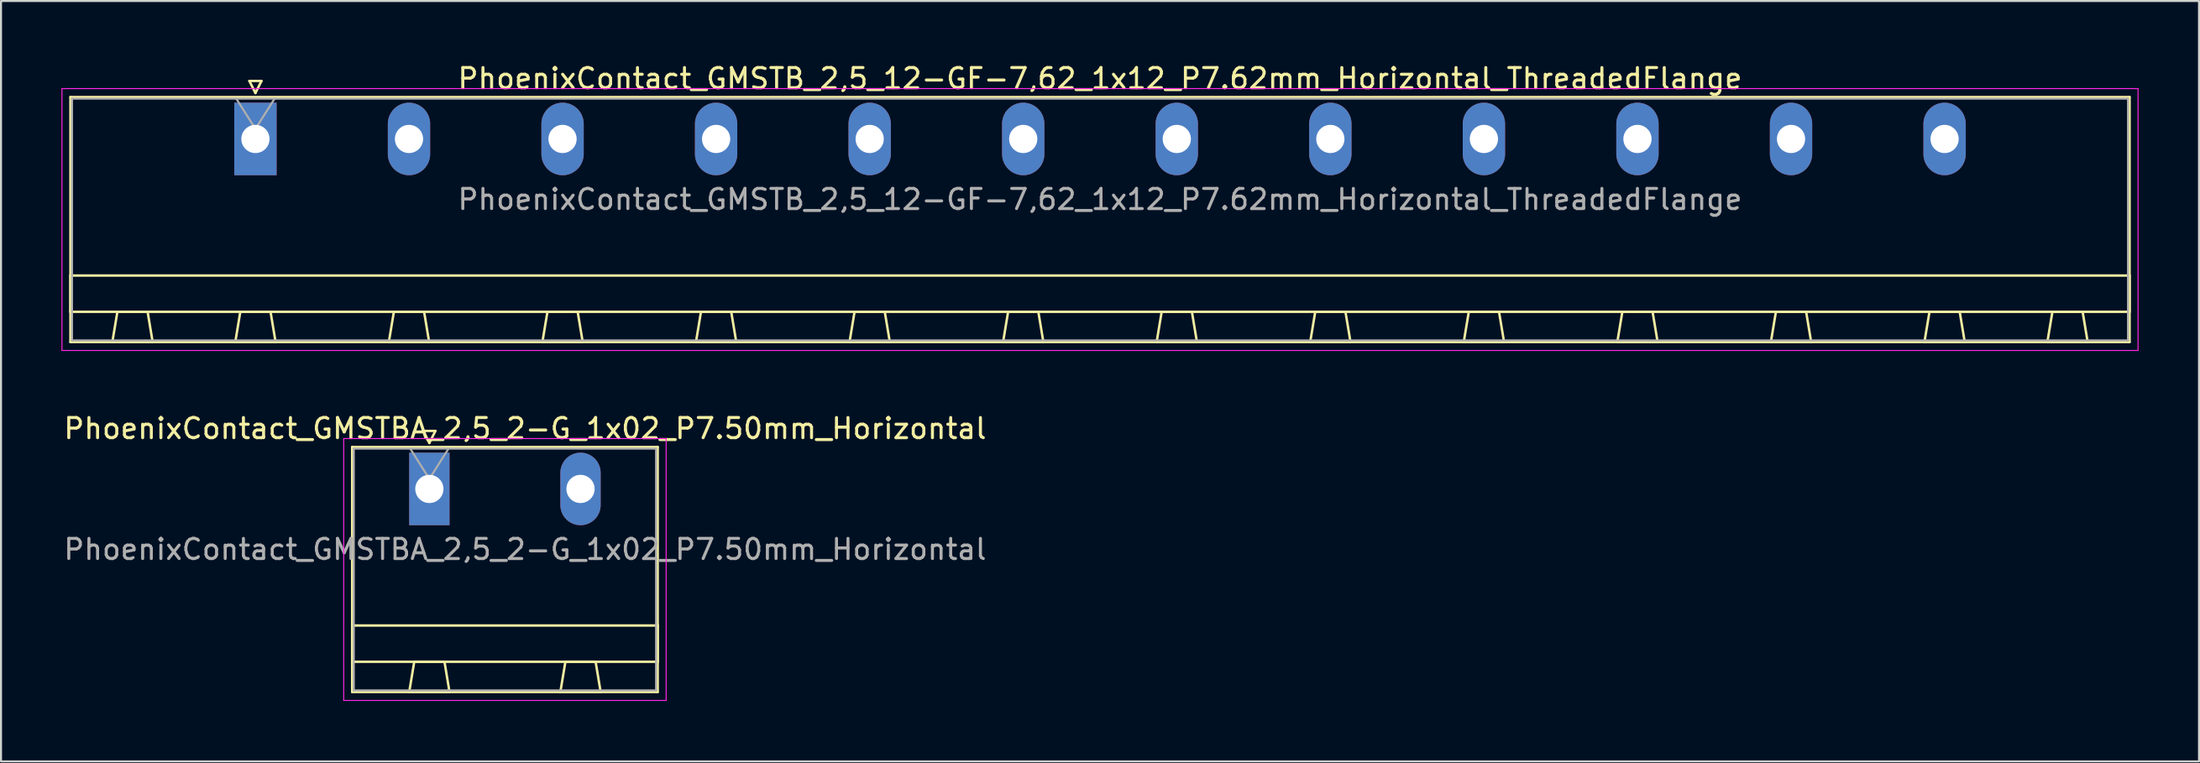
<source format=kicad_pcb>
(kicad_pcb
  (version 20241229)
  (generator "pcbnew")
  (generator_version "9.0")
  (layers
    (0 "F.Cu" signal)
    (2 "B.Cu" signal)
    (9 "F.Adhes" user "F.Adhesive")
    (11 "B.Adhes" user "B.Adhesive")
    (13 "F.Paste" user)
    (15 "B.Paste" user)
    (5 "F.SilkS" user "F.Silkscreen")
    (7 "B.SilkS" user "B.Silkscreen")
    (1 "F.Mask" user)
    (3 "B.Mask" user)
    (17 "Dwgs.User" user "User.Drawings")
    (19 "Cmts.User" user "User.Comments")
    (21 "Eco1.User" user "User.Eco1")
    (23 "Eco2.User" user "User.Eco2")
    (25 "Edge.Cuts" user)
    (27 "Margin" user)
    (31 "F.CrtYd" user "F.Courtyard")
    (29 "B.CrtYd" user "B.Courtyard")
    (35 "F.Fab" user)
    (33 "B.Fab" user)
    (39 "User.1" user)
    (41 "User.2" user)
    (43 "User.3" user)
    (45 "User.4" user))
  (footprint "PhoenixContact_GMSTB_2,5_12-GF-7,62_1x12_P7.62mm_Horizontal_ThreadedFlange"
    (layer "F.Cu")
    (at 9.625 3.848)
    (property "Reference" "PhoenixContact_GMSTB_2,5_12-GF-7,62_1x12_P7.62mm_Horizontal_ThreadedFlange" (at 41.91 -3 0) (layer "F.SilkS") (effects (font (size 1 1) (thickness 0.15))))
    (attr through_hole)
    (fp_line (start -9.18 -2.08) (end -9.18 10.08) (stroke (width 0.12) (type solid)) (layer "F.SilkS"))
    (fp_line (start -9.18 6.78) (end 93 6.78) (stroke (width 0.12) (type solid)) (layer "F.SilkS"))
    (fp_line (start -9.18 8.58) (end -9.18 6.78) (stroke (width 0.12) (type solid)) (layer "F.SilkS"))
    (fp_line (start -9.18 10.08) (end 93 10.08) (stroke (width 0.12) (type solid)) (layer "F.SilkS"))
    (fp_line (start -7.1 10.08) (end -5.1 10.08) (stroke (width 0.12) (type solid)) (layer "F.SilkS"))
    (fp_line (start -6.85 8.58) (end -7.1 10.08) (stroke (width 0.12) (type solid)) (layer "F.SilkS"))
    (fp_line (start -5.35 8.58) (end -6.85 8.58) (stroke (width 0.12) (type solid)) (layer "F.SilkS"))
    (fp_line (start -5.1 10.08) (end -5.35 8.58) (stroke (width 0.12) (type solid)) (layer "F.SilkS"))
    (fp_line (start -1 10.08) (end 1 10.08) (stroke (width 0.12) (type solid)) (layer "F.SilkS"))
    (fp_line (start -0.75 8.58) (end -1 10.08) (stroke (width 0.12) (type solid)) (layer "F.SilkS"))
    (fp_line (start -0.3 -2.88) (end 0.3 -2.88) (stroke (width 0.12) (type solid)) (layer "F.SilkS"))
    (fp_line (start 0 -2.28) (end -0.3 -2.88) (stroke (width 0.12) (type solid)) (layer "F.SilkS"))
    (fp_line (start 0.3 -2.88) (end 0 -2.28) (stroke (width 0.12) (type solid)) (layer "F.SilkS"))
    (fp_line (start 0.75 8.58) (end -0.75 8.58) (stroke (width 0.12) (type solid)) (layer "F.SilkS"))
    (fp_line (start 1 10.08) (end 0.75 8.58) (stroke (width 0.12) (type solid)) (layer "F.SilkS"))
    (fp_line (start 6.62 10.08) (end 8.62 10.08) (stroke (width 0.12) (type solid)) (layer "F.SilkS"))
    (fp_line (start 6.87 8.58) (end 6.62 10.08) (stroke (width 0.12) (type solid)) (layer "F.SilkS"))
    (fp_line (start 8.37 8.58) (end 6.87 8.58) (stroke (width 0.12) (type solid)) (layer "F.SilkS"))
    (fp_line (start 8.62 10.08) (end 8.37 8.58) (stroke (width 0.12) (type solid)) (layer "F.SilkS"))
    (fp_line (start 14.24 10.08) (end 16.24 10.08) (stroke (width 0.12) (type solid)) (layer "F.SilkS"))
    (fp_line (start 14.49 8.58) (end 14.24 10.08) (stroke (width 0.12) (type solid)) (layer "F.SilkS"))
    (fp_line (start 15.99 8.58) (end 14.49 8.58) (stroke (width 0.12) (type solid)) (layer "F.SilkS"))
    (fp_line (start 16.24 10.08) (end 15.99 8.58) (stroke (width 0.12) (type solid)) (layer "F.SilkS"))
    (fp_line (start 21.86 10.08) (end 23.86 10.08) (stroke (width 0.12) (type solid)) (layer "F.SilkS"))
    (fp_line (start 22.11 8.58) (end 21.86 10.08) (stroke (width 0.12) (type solid)) (layer "F.SilkS"))
    (fp_line (start 23.61 8.58) (end 22.11 8.58) (stroke (width 0.12) (type solid)) (layer "F.SilkS"))
    (fp_line (start 23.86 10.08) (end 23.61 8.58) (stroke (width 0.12) (type solid)) (layer "F.SilkS"))
    (fp_line (start 29.48 10.08) (end 31.48 10.08) (stroke (width 0.12) (type solid)) (layer "F.SilkS"))
    (fp_line (start 29.73 8.58) (end 29.48 10.08) (stroke (width 0.12) (type solid)) (layer "F.SilkS"))
    (fp_line (start 31.23 8.58) (end 29.73 8.58) (stroke (width 0.12) (type solid)) (layer "F.SilkS"))
    (fp_line (start 31.48 10.08) (end 31.23 8.58) (stroke (width 0.12) (type solid)) (layer "F.SilkS"))
    (fp_line (start 37.1 10.08) (end 39.1 10.08) (stroke (width 0.12) (type solid)) (layer "F.SilkS"))
    (fp_line (start 37.35 8.58) (end 37.1 10.08) (stroke (width 0.12) (type solid)) (layer "F.SilkS"))
    (fp_line (start 38.85 8.58) (end 37.35 8.58) (stroke (width 0.12) (type solid)) (layer "F.SilkS"))
    (fp_line (start 39.1 10.08) (end 38.85 8.58) (stroke (width 0.12) (type solid)) (layer "F.SilkS"))
    (fp_line (start 44.72 10.08) (end 46.72 10.08) (stroke (width 0.12) (type solid)) (layer "F.SilkS"))
    (fp_line (start 44.97 8.58) (end 44.72 10.08) (stroke (width 0.12) (type solid)) (layer "F.SilkS"))
    (fp_line (start 46.47 8.58) (end 44.97 8.58) (stroke (width 0.12) (type solid)) (layer "F.SilkS"))
    (fp_line (start 46.72 10.08) (end 46.47 8.58) (stroke (width 0.12) (type solid)) (layer "F.SilkS"))
    (fp_line (start 52.34 10.08) (end 54.34 10.08) (stroke (width 0.12) (type solid)) (layer "F.SilkS"))
    (fp_line (start 52.59 8.58) (end 52.34 10.08) (stroke (width 0.12) (type solid)) (layer "F.SilkS"))
    (fp_line (start 54.09 8.58) (end 52.59 8.58) (stroke (width 0.12) (type solid)) (layer "F.SilkS"))
    (fp_line (start 54.34 10.08) (end 54.09 8.58) (stroke (width 0.12) (type solid)) (layer "F.SilkS"))
    (fp_line (start 59.96 10.08) (end 61.96 10.08) (stroke (width 0.12) (type solid)) (layer "F.SilkS"))
    (fp_line (start 60.21 8.58) (end 59.96 10.08) (stroke (width 0.12) (type solid)) (layer "F.SilkS"))
    (fp_line (start 61.71 8.58) (end 60.21 8.58) (stroke (width 0.12) (type solid)) (layer "F.SilkS"))
    (fp_line (start 61.96 10.08) (end 61.71 8.58) (stroke (width 0.12) (type solid)) (layer "F.SilkS"))
    (fp_line (start 67.58 10.08) (end 69.58 10.08) (stroke (width 0.12) (type solid)) (layer "F.SilkS"))
    (fp_line (start 67.83 8.58) (end 67.58 10.08) (stroke (width 0.12) (type solid)) (layer "F.SilkS"))
    (fp_line (start 69.33 8.58) (end 67.83 8.58) (stroke (width 0.12) (type solid)) (layer "F.SilkS"))
    (fp_line (start 69.58 10.08) (end 69.33 8.58) (stroke (width 0.12) (type solid)) (layer "F.SilkS"))
    (fp_line (start 75.2 10.08) (end 77.2 10.08) (stroke (width 0.12) (type solid)) (layer "F.SilkS"))
    (fp_line (start 75.45 8.58) (end 75.2 10.08) (stroke (width 0.12) (type solid)) (layer "F.SilkS"))
    (fp_line (start 76.95 8.58) (end 75.45 8.58) (stroke (width 0.12) (type solid)) (layer "F.SilkS"))
    (fp_line (start 77.2 10.08) (end 76.95 8.58) (stroke (width 0.12) (type solid)) (layer "F.SilkS"))
    (fp_line (start 82.82 10.08) (end 84.82 10.08) (stroke (width 0.12) (type solid)) (layer "F.SilkS"))
    (fp_line (start 83.07 8.58) (end 82.82 10.08) (stroke (width 0.12) (type solid)) (layer "F.SilkS"))
    (fp_line (start 84.57 8.58) (end 83.07 8.58) (stroke (width 0.12) (type solid)) (layer "F.SilkS"))
    (fp_line (start 84.82 10.08) (end 84.57 8.58) (stroke (width 0.12) (type solid)) (layer "F.SilkS"))
    (fp_line (start 88.92 10.08) (end 90.92 10.08) (stroke (width 0.12) (type solid)) (layer "F.SilkS"))
    (fp_line (start 89.17 8.58) (end 88.92 10.08) (stroke (width 0.12) (type solid)) (layer "F.SilkS"))
    (fp_line (start 90.67 8.58) (end 89.17 8.58) (stroke (width 0.12) (type solid)) (layer "F.SilkS"))
    (fp_line (start 90.92 10.08) (end 90.67 8.58) (stroke (width 0.12) (type solid)) (layer "F.SilkS"))
    (fp_line (start 93 -2.08) (end -9.18 -2.08) (stroke (width 0.12) (type solid)) (layer "F.SilkS"))
    (fp_line (start 93 6.78) (end 93 8.58) (stroke (width 0.12) (type solid)) (layer "F.SilkS"))
    (fp_line (start 93 8.58) (end -9.18 8.58) (stroke (width 0.12) (type solid)) (layer "F.SilkS"))
    (fp_line (start 93 10.08) (end 93 -2.08) (stroke (width 0.12) (type solid)) (layer "F.SilkS"))
    (fp_line (start -9.6 -2.5) (end -9.6 10.5) (stroke (width 0.05) (type solid)) (layer "F.CrtYd"))
    (fp_line (start -9.6 10.5) (end 93.42 10.5) (stroke (width 0.05) (type solid)) (layer "F.CrtYd"))
    (fp_line (start 93.42 -2.5) (end -9.6 -2.5) (stroke (width 0.05) (type solid)) (layer "F.CrtYd"))
    (fp_line (start 93.42 10.5) (end 93.42 -2.5) (stroke (width 0.05) (type solid)) (layer "F.CrtYd"))
    (fp_line (start -9.1 -2) (end -9.1 10) (stroke (width 0.1) (type solid)) (layer "F.Fab"))
    (fp_line (start -9.1 10) (end 92.92 10) (stroke (width 0.1) (type solid)) (layer "F.Fab"))
    (fp_line (start 0 -0.5) (end -0.95 -2) (stroke (width 0.1) (type solid)) (layer "F.Fab"))
    (fp_line (start 0.95 -2) (end 0 -0.5) (stroke (width 0.1) (type solid)) (layer "F.Fab"))
    (fp_line (start 92.92 -2) (end -9.1 -2) (stroke (width 0.1) (type solid)) (layer "F.Fab"))
    (fp_line (start 92.92 10) (end 92.92 -2) (stroke (width 0.1) (type solid)) (layer "F.Fab"))
    (fp_text user "${REFERENCE}" (at 41.91 3 0) (layer "F.Fab") (effects (font (size 1 1) (thickness 0.15))))
    (pad "1" thru_hole rect (at 0 0) (size 2.1 3.6) (drill 1.4) (layers "*.Cu" "*.Mask"))
    (pad "2" thru_hole oval (at 7.62 0) (size 2.1 3.6) (drill 1.4) (layers "*.Cu" "*.Mask"))
    (pad "3" thru_hole oval (at 15.24 0) (size 2.1 3.6) (drill 1.4) (layers "*.Cu" "*.Mask"))
    (pad "4" thru_hole oval (at 22.86 0) (size 2.1 3.6) (drill 1.4) (layers "*.Cu" "*.Mask"))
    (pad "5" thru_hole oval (at 30.48 0) (size 2.1 3.6) (drill 1.4) (layers "*.Cu" "*.Mask"))
    (pad "6" thru_hole oval (at 38.1 0) (size 2.1 3.6) (drill 1.4) (layers "*.Cu" "*.Mask"))
    (pad "7" thru_hole oval (at 45.72 0) (size 2.1 3.6) (drill 1.4) (layers "*.Cu" "*.Mask"))
    (pad "8" thru_hole oval (at 53.34 0) (size 2.1 3.6) (drill 1.4) (layers "*.Cu" "*.Mask"))
    (pad "9" thru_hole oval (at 60.96 0) (size 2.1 3.6) (drill 1.4) (layers "*.Cu" "*.Mask"))
    (pad "10" thru_hole oval (at 68.58 0) (size 2.1 3.6) (drill 1.4) (layers "*.Cu" "*.Mask"))
    (pad "11" thru_hole oval (at 76.2 0) (size 2.1 3.6) (drill 1.4) (layers "*.Cu" "*.Mask"))
    (pad "12" thru_hole oval (at 83.82 0) (size 2.1 3.6) (drill 1.4) (layers "*.Cu" "*.Mask")))
  (footprint "PhoenixContact_GMSTBA_2,5_2-G_1x02_P7.50mm_Horizontal"
    (layer "F.Cu")
    (at 18.256 21.221)
    (property "Reference" "PhoenixContact_GMSTBA_2,5_2-G_1x02_P7.50mm_Horizontal" (at 4.75 -3 0) (layer "F.SilkS") (effects (font (size 1 1) (thickness 0.15))))
    (attr through_hole)
    (fp_line (start -3.83 -2.08) (end -3.83 10.08) (stroke (width 0.12) (type solid)) (layer "F.SilkS"))
    (fp_line (start -3.83 6.78) (end 11.33 6.78) (stroke (width 0.12) (type solid)) (layer "F.SilkS"))
    (fp_line (start -3.83 8.58) (end -3.83 6.78) (stroke (width 0.12) (type solid)) (layer "F.SilkS"))
    (fp_line (start -3.83 10.08) (end 11.33 10.08) (stroke (width 0.12) (type solid)) (layer "F.SilkS"))
    (fp_line (start -1 10.08) (end 1 10.08) (stroke (width 0.12) (type solid)) (layer "F.SilkS"))
    (fp_line (start -0.75 8.58) (end -1 10.08) (stroke (width 0.12) (type solid)) (layer "F.SilkS"))
    (fp_line (start -0.3 -2.88) (end 0.3 -2.88) (stroke (width 0.12) (type solid)) (layer "F.SilkS"))
    (fp_line (start 0 -2.28) (end -0.3 -2.88) (stroke (width 0.12) (type solid)) (layer "F.SilkS"))
    (fp_line (start 0.3 -2.88) (end 0 -2.28) (stroke (width 0.12) (type solid)) (layer "F.SilkS"))
    (fp_line (start 0.75 8.58) (end -0.75 8.58) (stroke (width 0.12) (type solid)) (layer "F.SilkS"))
    (fp_line (start 1 10.08) (end 0.75 8.58) (stroke (width 0.12) (type solid)) (layer "F.SilkS"))
    (fp_line (start 6.5 10.08) (end 8.5 10.08) (stroke (width 0.12) (type solid)) (layer "F.SilkS"))
    (fp_line (start 6.75 8.58) (end 6.5 10.08) (stroke (width 0.12) (type solid)) (layer "F.SilkS"))
    (fp_line (start 8.25 8.58) (end 6.75 8.58) (stroke (width 0.12) (type solid)) (layer "F.SilkS"))
    (fp_line (start 8.5 10.08) (end 8.25 8.58) (stroke (width 0.12) (type solid)) (layer "F.SilkS"))
    (fp_line (start 11.33 -2.08) (end -3.83 -2.08) (stroke (width 0.12) (type solid)) (layer "F.SilkS"))
    (fp_line (start 11.33 6.78) (end 11.33 8.58) (stroke (width 0.12) (type solid)) (layer "F.SilkS"))
    (fp_line (start 11.33 8.58) (end -3.83 8.58) (stroke (width 0.12) (type solid)) (layer "F.SilkS"))
    (fp_line (start 11.33 10.08) (end 11.33 -2.08) (stroke (width 0.12) (type solid)) (layer "F.SilkS"))
    (fp_line (start -4.25 -2.5) (end -4.25 10.5) (stroke (width 0.05) (type solid)) (layer "F.CrtYd"))
    (fp_line (start -4.25 10.5) (end 11.75 10.5) (stroke (width 0.05) (type solid)) (layer "F.CrtYd"))
    (fp_line (start 11.75 -2.5) (end -4.25 -2.5) (stroke (width 0.05) (type solid)) (layer "F.CrtYd"))
    (fp_line (start 11.75 10.5) (end 11.75 -2.5) (stroke (width 0.05) (type solid)) (layer "F.CrtYd"))
    (fp_line (start -3.75 -2) (end -3.75 10) (stroke (width 0.1) (type solid)) (layer "F.Fab"))
    (fp_line (start -3.75 10) (end 11.25 10) (stroke (width 0.1) (type solid)) (layer "F.Fab"))
    (fp_line (start 0 -0.5) (end -0.95 -2) (stroke (width 0.1) (type solid)) (layer "F.Fab"))
    (fp_line (start 0.95 -2) (end 0 -0.5) (stroke (width 0.1) (type solid)) (layer "F.Fab"))
    (fp_line (start 11.25 -2) (end -3.75 -2) (stroke (width 0.1) (type solid)) (layer "F.Fab"))
    (fp_line (start 11.25 10) (end 11.25 -2) (stroke (width 0.1) (type solid)) (layer "F.Fab"))
    (fp_text user "${REFERENCE}" (at 4.75 3 0) (layer "F.Fab") (effects (font (size 1 1) (thickness 0.15))))
    (pad "1" thru_hole rect (at 0 0) (size 2 3.6) (drill 1.4) (layers "*.Cu" "*.Mask"))
    (pad "2" thru_hole oval (at 7.5 0) (size 2 3.6) (drill 1.4) (layers "*.Cu" "*.Mask")))
  (gr_rect
    (start -3 -3)
    (end 106.07 34.746)
    (stroke (width 0.1) (type default))
    (fill no)
    (layer "Edge.Cuts")))
</source>
